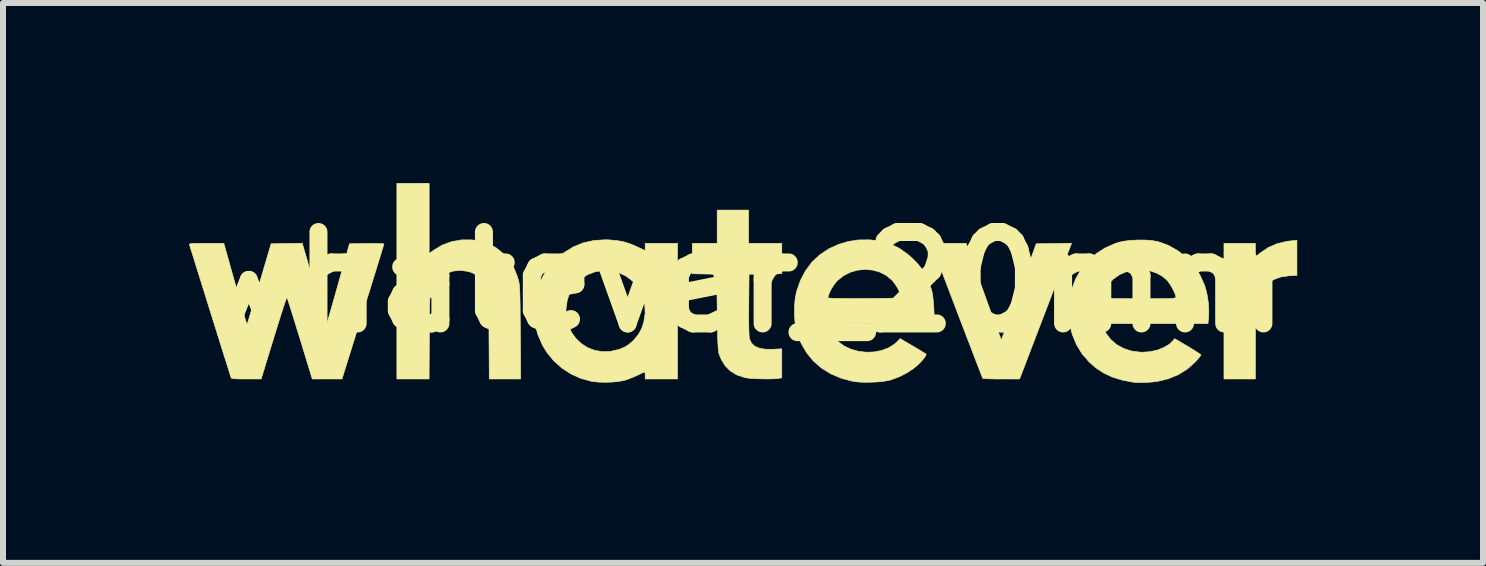
<source format=kicad_pcb>
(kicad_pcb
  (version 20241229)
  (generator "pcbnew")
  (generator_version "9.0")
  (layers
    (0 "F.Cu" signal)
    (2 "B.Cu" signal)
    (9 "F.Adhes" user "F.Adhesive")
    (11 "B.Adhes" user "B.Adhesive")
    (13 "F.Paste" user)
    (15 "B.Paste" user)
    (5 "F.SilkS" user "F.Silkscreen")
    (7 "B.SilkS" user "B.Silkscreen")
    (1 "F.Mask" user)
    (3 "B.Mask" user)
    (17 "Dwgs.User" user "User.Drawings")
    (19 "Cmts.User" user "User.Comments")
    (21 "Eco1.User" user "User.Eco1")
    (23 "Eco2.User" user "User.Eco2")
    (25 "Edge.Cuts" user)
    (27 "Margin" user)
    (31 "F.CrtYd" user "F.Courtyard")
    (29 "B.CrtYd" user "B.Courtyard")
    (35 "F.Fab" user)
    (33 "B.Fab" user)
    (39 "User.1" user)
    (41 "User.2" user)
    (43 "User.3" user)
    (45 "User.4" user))
  (footprint "whatever_20mm"
    (layer "F.Cu")
    (at 9.333 1.651)
    (property "Reference" "whatever_20mm" (at 0 0 0) (layer "F.SilkS") (effects (font (size 1.524 1.524) (thickness 0.3))))
    (attr through_hole)
    (fp_poly (pts (xy 9.231 -0.111) (xy 9.096 -0.105) (xy 8.959 -0.085) (xy 8.839 -0.04) (xy 8.738 0.03) (xy 8.656 0.122) (xy 8.596 0.236) (xy 8.558 0.37) (xy 8.554 0.388) (xy 8.551 0.426) (xy 8.547 0.49) (xy 8.544 0.577) (xy 8.542 0.681) (xy 8.54 0.8) (xy 8.539 0.929) (xy 8.539 1.05) (xy 8.538 1.615) (xy 8.015 1.615) (xy 8.015 -0.646) (xy 8.538 -0.646) (xy 8.538 -0.538) (xy 8.54 -0.485) (xy 8.543 -0.447) (xy 8.547 -0.431) (xy 8.547 -0.431) (xy 8.563 -0.44) (xy 8.594 -0.463) (xy 8.628 -0.491) (xy 8.757 -0.578) (xy 8.904 -0.641) (xy 9.068 -0.679) (xy 9.123 -0.686) (xy 9.231 -0.696) (xy 9.231 -0.111)) (stroke (width 0.01) (type solid)) (fill yes) (layer "F.SilkS"))
    (fp_poly (pts (xy 0.092 -0.646) (xy 0.646 -0.646) (xy 0.646 -0.139) (xy 0.373 -0.135) (xy 0.1 -0.131) (xy 0.096 0.377) (xy 0.095 0.541) (xy 0.095 0.676) (xy 0.097 0.783) (xy 0.1 0.864) (xy 0.104 0.92) (xy 0.109 0.95) (xy 0.141 1.018) (xy 0.195 1.069) (xy 0.272 1.102) (xy 0.373 1.119) (xy 0.5 1.12) (xy 0.51 1.119) (xy 0.646 1.112) (xy 0.646 1.596) (xy 0.588 1.606) (xy 0.532 1.611) (xy 0.455 1.614) (xy 0.365 1.614) (xy 0.27 1.612) (xy 0.179 1.608) (xy 0.1 1.602) (xy 0.04 1.594) (xy 0.027 1.591) (xy -0.103 1.547) (xy -0.211 1.482) (xy -0.298 1.394) (xy -0.365 1.284) (xy -0.397 1.204) (xy -0.404 1.181) (xy -0.409 1.15) (xy -0.413 1.109) (xy -0.417 1.055) (xy -0.421 0.984) (xy -0.423 0.894) (xy -0.426 0.782) (xy -0.428 0.645) (xy -0.43 0.5) (xy -0.438 -0.131) (xy -0.846 -0.139) (xy -0.846 -0.646) (xy -0.431 -0.646) (xy -0.431 -1.2) (xy 0.092 -1.2) (xy 0.092 -0.646)) (stroke (width 0.01) (type solid)) (fill yes) (layer "F.SilkS"))
    (fp_poly (pts (xy -5.231 -0.477) (xy -5.156 -0.531) (xy -5.011 -0.617) (xy -4.855 -0.674) (xy -4.69 -0.703) (xy -4.519 -0.703) (xy -4.392 -0.684) (xy -4.244 -0.639) (xy -4.112 -0.569) (xy -3.994 -0.472) (xy -3.984 -0.463) (xy -3.893 -0.356) (xy -3.821 -0.239) (xy -3.765 -0.103) (xy -3.752 -0.061) (xy -3.744 -0.035) (xy -3.737 -0.009) (xy -3.732 0.019) (xy -3.727 0.052) (xy -3.724 0.093) (xy -3.721 0.145) (xy -3.719 0.21) (xy -3.717 0.292) (xy -3.715 0.393) (xy -3.714 0.516) (xy -3.713 0.664) (xy -3.711 0.835) (xy -3.706 1.615) (xy -4.229 1.615) (xy -4.238 0.158) (xy -4.292 0.053) (xy -4.353 -0.041) (xy -4.428 -0.11) (xy -4.522 -0.159) (xy -4.585 -0.178) (xy -4.709 -0.195) (xy -4.828 -0.184) (xy -4.939 -0.146) (xy -5.037 -0.084) (xy -5.119 0.001) (xy -5.181 0.105) (xy -5.188 0.121) (xy -5.196 0.142) (xy -5.203 0.163) (xy -5.209 0.186) (xy -5.213 0.215) (xy -5.217 0.253) (xy -5.22 0.302) (xy -5.222 0.366) (xy -5.224 0.447) (xy -5.225 0.548) (xy -5.226 0.673) (xy -5.227 0.824) (xy -5.228 0.912) (xy -5.232 1.615) (xy -5.769 1.615) (xy -5.769 -1.646) (xy -5.231 -1.646) (xy -5.231 -0.477)) (stroke (width 0.01) (type solid)) (fill yes) (layer "F.SilkS"))
    (fp_poly (pts (xy 5.376 -0.389) (xy 5.352 -0.326) (xy 5.318 -0.239) (xy 5.276 -0.129) (xy 5.228 -0.002) (xy 5.173 0.14) (xy 5.115 0.293) (xy 5.054 0.453) (xy 4.991 0.618) (xy 4.943 0.742) (xy 4.609 1.615) (xy 4.306 1.615) (xy 4.212 1.615) (xy 4.13 1.613) (xy 4.063 1.611) (xy 4.016 1.608) (xy 3.995 1.604) (xy 3.995 1.604) (xy 3.988 1.588) (xy 3.972 1.546) (xy 3.946 1.48) (xy 3.913 1.394) (xy 3.873 1.29) (xy 3.827 1.171) (xy 3.777 1.039) (xy 3.722 0.897) (xy 3.665 0.748) (xy 3.606 0.594) (xy 3.547 0.439) (xy 3.488 0.284) (xy 3.43 0.133) (xy 3.375 -0.013) (xy 3.323 -0.149) (xy 3.275 -0.274) (xy 3.233 -0.385) (xy 3.198 -0.479) (xy 3.169 -0.554) (xy 3.15 -0.607) (xy 3.14 -0.634) (xy 3.138 -0.638) (xy 3.153 -0.641) (xy 3.194 -0.643) (xy 3.256 -0.645) (xy 3.334 -0.646) (xy 3.424 -0.646) (xy 3.428 -0.646) (xy 3.718 -0.646) (xy 4.008 0.161) (xy 4.062 0.31) (xy 4.113 0.451) (xy 4.16 0.579) (xy 4.203 0.694) (xy 4.239 0.791) (xy 4.268 0.869) (xy 4.289 0.925) (xy 4.302 0.956) (xy 4.305 0.961) (xy 4.312 0.946) (xy 4.327 0.905) (xy 4.351 0.839) (xy 4.383 0.753) (xy 4.421 0.648) (xy 4.465 0.528) (xy 4.513 0.395) (xy 4.566 0.251) (xy 4.599 0.158) (xy 4.886 -0.638) (xy 5.18 -0.643) (xy 5.475 -0.647) (xy 5.376 -0.389)) (stroke (width 0.01) (type solid)) (fill yes) (layer "F.SilkS"))
    (fp_poly (pts (xy -2.231 -0.703) (xy -2.101 -0.692) (xy -1.989 -0.671) (xy -1.882 -0.638) (xy -1.768 -0.59) (xy -1.758 -0.585) (xy -1.631 -0.524) (xy -1.631 -0.646) (xy -1.092 -0.646) (xy -1.092 1.615) (xy -1.631 1.615) (xy -1.631 1.553) (xy -1.633 1.515) (xy -1.639 1.496) (xy -1.642 1.496) (xy -1.743 1.545) (xy -1.839 1.588) (xy -1.924 1.621) (xy -1.977 1.638) (xy -2.066 1.655) (xy -2.175 1.666) (xy -2.292 1.67) (xy -2.407 1.667) (xy -2.508 1.657) (xy -2.529 1.653) (xy -2.704 1.605) (xy -2.87 1.53) (xy -3.022 1.43) (xy -3.157 1.309) (xy -3.271 1.169) (xy -3.343 1.05) (xy -3.42 0.873) (xy -3.467 0.698) (xy -3.485 0.518) (xy -3.481 0.456) (xy -2.951 0.456) (xy -2.944 0.594) (xy -2.913 0.722) (xy -2.859 0.838) (xy -2.785 0.94) (xy -2.695 1.026) (xy -2.589 1.093) (xy -2.472 1.138) (xy -2.344 1.16) (xy -2.21 1.156) (xy -2.07 1.123) (xy -2.065 1.122) (xy -1.976 1.085) (xy -1.904 1.041) (xy -1.835 0.981) (xy -1.811 0.956) (xy -1.739 0.866) (xy -1.687 0.769) (xy -1.654 0.666) (xy -1.631 0.523) (xy -1.637 0.381) (xy -1.671 0.245) (xy -1.731 0.12) (xy -1.816 0.008) (xy -1.845 -0.021) (xy -1.954 -0.102) (xy -2.074 -0.158) (xy -2.202 -0.188) (xy -2.333 -0.193) (xy -2.462 -0.173) (xy -2.585 -0.127) (xy -2.698 -0.057) (xy -2.765 0.005) (xy -2.838 0.092) (xy -2.888 0.181) (xy -2.924 0.284) (xy -2.931 0.311) (xy -2.951 0.456) (xy -3.481 0.456) (xy -3.476 0.348) (xy -3.442 0.161) (xy -3.381 -0.01) (xy -3.294 -0.167) (xy -3.179 -0.313) (xy -3.132 -0.362) (xy -2.986 -0.488) (xy -2.83 -0.585) (xy -2.665 -0.653) (xy -2.487 -0.693) (xy -2.297 -0.705) (xy -2.231 -0.703)) (stroke (width 0.01) (type solid)) (fill yes) (layer "F.SilkS"))
    (fp_poly (pts (xy 6.71 -0.7) (xy 6.82 -0.691) (xy 6.911 -0.675) (xy 6.92 -0.673) (xy 7.092 -0.61) (xy 7.249 -0.521) (xy 7.39 -0.409) (xy 7.512 -0.276) (xy 7.612 -0.124) (xy 7.688 0.044) (xy 7.706 0.098) (xy 7.734 0.21) (xy 7.753 0.336) (xy 7.762 0.462) (xy 7.76 0.574) (xy 7.759 0.584) (xy 7.749 0.692) (xy 5.983 0.692) (xy 5.993 0.727) (xy 6.046 0.849) (xy 6.124 0.953) (xy 6.222 1.04) (xy 6.34 1.105) (xy 6.473 1.149) (xy 6.62 1.168) (xy 6.662 1.169) (xy 6.785 1.16) (xy 6.905 1.133) (xy 7.013 1.09) (xy 7.104 1.036) (xy 7.16 0.983) (xy 7.194 0.943) (xy 7.413 1.072) (xy 7.485 1.116) (xy 7.548 1.155) (xy 7.596 1.187) (xy 7.624 1.208) (xy 7.631 1.215) (xy 7.621 1.232) (xy 7.594 1.265) (xy 7.556 1.309) (xy 7.537 1.33) (xy 7.406 1.448) (xy 7.255 1.542) (xy 7.087 1.611) (xy 6.916 1.653) (xy 6.826 1.665) (xy 6.726 1.672) (xy 6.625 1.675) (xy 6.537 1.672) (xy 6.492 1.667) (xy 6.31 1.631) (xy 6.15 1.581) (xy 6.009 1.515) (xy 5.881 1.43) (xy 5.772 1.335) (xy 5.651 1.196) (xy 5.556 1.041) (xy 5.486 0.87) (xy 5.453 0.739) (xy 5.437 0.622) (xy 5.433 0.488) (xy 5.439 0.35) (xy 5.451 0.25) (xy 5.993 0.25) (xy 5.994 0.265) (xy 6.011 0.267) (xy 6.055 0.27) (xy 6.123 0.272) (xy 6.212 0.274) (xy 6.318 0.275) (xy 6.438 0.276) (xy 6.569 0.277) (xy 6.609 0.277) (xy 6.761 0.277) (xy 6.886 0.277) (xy 6.986 0.276) (xy 7.063 0.275) (xy 7.121 0.273) (xy 7.162 0.271) (xy 7.189 0.267) (xy 7.205 0.263) (xy 7.213 0.258) (xy 7.215 0.251) (xy 7.215 0.25) (xy 7.207 0.213) (xy 7.185 0.16) (xy 7.154 0.099) (xy 7.118 0.039) (xy 7.081 -0.013) (xy 7.07 -0.026) (xy 6.993 -0.095) (xy 6.894 -0.149) (xy 6.782 -0.188) (xy 6.664 -0.208) (xy 6.548 -0.207) (xy 6.548 -0.207) (xy 6.402 -0.178) (xy 6.275 -0.125) (xy 6.169 -0.049) (xy 6.112 0.011) (xy 6.082 0.053) (xy 6.052 0.106) (xy 6.024 0.162) (xy 6.004 0.212) (xy 5.993 0.25) (xy 5.451 0.25) (xy 5.455 0.219) (xy 5.477 0.123) (xy 5.542 -0.051) (xy 5.633 -0.21) (xy 5.748 -0.351) (xy 5.883 -0.472) (xy 6.037 -0.57) (xy 6.208 -0.645) (xy 6.269 -0.664) (xy 6.361 -0.683) (xy 6.471 -0.696) (xy 6.591 -0.701) (xy 6.71 -0.7)) (stroke (width 0.01) (type solid)) (fill yes) (layer "F.SilkS"))
    (fp_poly (pts (xy -7.148 0.031) (xy -7.107 0.169) (xy -7.069 0.297) (xy -7.034 0.412) (xy -7.003 0.512) (xy -6.977 0.593) (xy -6.958 0.654) (xy -6.945 0.69) (xy -6.94 0.699) (xy -6.934 0.683) (xy -6.921 0.64) (xy -6.901 0.574) (xy -6.876 0.487) (xy -6.846 0.382) (xy -6.812 0.263) (xy -6.775 0.132) (xy -6.745 0.026) (xy -6.559 -0.638) (xy -6.272 -0.643) (xy -6.182 -0.643) (xy -6.103 -0.643) (xy -6.041 -0.641) (xy -6 -0.639) (xy -5.984 -0.635) (xy -5.984 -0.635) (xy -5.989 -0.619) (xy -6.002 -0.575) (xy -6.023 -0.507) (xy -6.05 -0.417) (xy -6.085 -0.306) (xy -6.124 -0.177) (xy -6.169 -0.033) (xy -6.218 0.125) (xy -6.271 0.294) (xy -6.327 0.472) (xy -6.334 0.496) (xy -6.684 1.615) (xy -7.179 1.615) (xy -7.384 0.942) (xy -7.427 0.804) (xy -7.467 0.675) (xy -7.503 0.558) (xy -7.535 0.456) (xy -7.562 0.372) (xy -7.582 0.308) (xy -7.595 0.269) (xy -7.6 0.257) (xy -7.607 0.268) (xy -7.621 0.306) (xy -7.643 0.367) (xy -7.669 0.448) (xy -7.701 0.545) (xy -7.736 0.657) (xy -7.774 0.779) (xy -7.777 0.788) (xy -7.817 0.918) (xy -7.856 1.046) (xy -7.893 1.166) (xy -7.926 1.273) (xy -7.954 1.364) (xy -7.975 1.434) (xy -7.987 1.473) (xy -8.032 1.615) (xy -8.278 1.615) (xy -8.377 1.615) (xy -8.449 1.612) (xy -8.497 1.609) (xy -8.523 1.603) (xy -8.531 1.596) (xy -8.536 1.58) (xy -8.55 1.537) (xy -8.571 1.47) (xy -8.598 1.382) (xy -8.632 1.276) (xy -8.67 1.155) (xy -8.712 1.021) (xy -8.757 0.877) (xy -8.804 0.726) (xy -8.853 0.571) (xy -8.902 0.414) (xy -8.95 0.258) (xy -8.998 0.106) (xy -9.043 -0.038) (xy -9.085 -0.174) (xy -9.124 -0.296) (xy -9.157 -0.404) (xy -9.185 -0.494) (xy -9.207 -0.563) (xy -9.221 -0.608) (xy -9.225 -0.619) (xy -9.225 -0.629) (xy -9.219 -0.636) (xy -9.201 -0.64) (xy -9.168 -0.643) (xy -9.116 -0.645) (xy -9.041 -0.646) (xy -8.943 -0.646) (xy -8.653 -0.646) (xy -8.563 -0.327) (xy -8.507 -0.124) (xy -8.457 0.051) (xy -8.415 0.2) (xy -8.38 0.326) (xy -8.351 0.429) (xy -8.327 0.513) (xy -8.307 0.578) (xy -8.293 0.627) (xy -8.282 0.662) (xy -8.274 0.685) (xy -8.269 0.697) (xy -8.265 0.701) (xy -8.265 0.701) (xy -8.259 0.685) (xy -8.245 0.642) (xy -8.225 0.576) (xy -8.199 0.49) (xy -8.167 0.385) (xy -8.132 0.267) (xy -8.093 0.136) (xy -8.061 0.027) (xy -7.865 -0.638) (xy -7.606 -0.643) (xy -7.346 -0.647) (xy -7.148 0.031)) (stroke (width 0.01) (type solid)) (fill yes) (layer "F.SilkS"))
    (fp_poly (pts (xy 2.112 -0.704) (xy 2.291 -0.682) (xy 2.455 -0.635) (xy 2.606 -0.562) (xy 2.748 -0.461) (xy 2.847 -0.371) (xy 2.912 -0.303) (xy 2.96 -0.244) (xy 3 -0.186) (xy 3.038 -0.117) (xy 3.05 -0.092) (xy 3.083 -0.019) (xy 3.115 0.055) (xy 3.138 0.12) (xy 3.146 0.146) (xy 3.157 0.199) (xy 3.166 0.27) (xy 3.174 0.353) (xy 3.18 0.439) (xy 3.184 0.521) (xy 3.184 0.591) (xy 3.181 0.64) (xy 3.179 0.652) (xy 3.169 0.692) (xy 2.292 0.692) (xy 2.101 0.692) (xy 1.939 0.693) (xy 1.803 0.693) (xy 1.692 0.694) (xy 1.603 0.696) (xy 1.534 0.698) (xy 1.483 0.7) (xy 1.448 0.703) (xy 1.426 0.706) (xy 1.417 0.71) (xy 1.415 0.713) (xy 1.425 0.751) (xy 1.45 0.804) (xy 1.485 0.864) (xy 1.527 0.924) (xy 1.569 0.975) (xy 1.585 0.992) (xy 1.684 1.065) (xy 1.799 1.119) (xy 1.925 1.154) (xy 2.056 1.169) (xy 2.187 1.164) (xy 2.313 1.139) (xy 2.428 1.095) (xy 2.528 1.031) (xy 2.567 0.995) (xy 2.618 0.942) (xy 2.828 1.065) (xy 2.901 1.108) (xy 2.964 1.146) (xy 3.013 1.176) (xy 3.043 1.195) (xy 3.05 1.199) (xy 3.049 1.217) (xy 3.029 1.25) (xy 2.995 1.294) (xy 2.951 1.342) (xy 2.9 1.391) (xy 2.849 1.434) (xy 2.842 1.44) (xy 2.728 1.515) (xy 2.6 1.579) (xy 2.471 1.627) (xy 2.428 1.639) (xy 2.346 1.653) (xy 2.243 1.664) (xy 2.131 1.669) (xy 2.019 1.67) (xy 1.917 1.665) (xy 1.836 1.655) (xy 1.641 1.604) (xy 1.464 1.53) (xy 1.307 1.432) (xy 1.171 1.314) (xy 1.057 1.174) (xy 0.966 1.015) (xy 0.899 0.837) (xy 0.891 0.807) (xy 0.869 0.693) (xy 0.858 0.562) (xy 0.857 0.424) (xy 0.867 0.291) (xy 0.872 0.262) (xy 1.415 0.262) (xy 1.431 0.266) (xy 1.475 0.269) (xy 1.549 0.272) (xy 1.649 0.273) (xy 1.776 0.274) (xy 1.927 0.274) (xy 2.027 0.273) (xy 2.18 0.272) (xy 2.305 0.271) (xy 2.405 0.27) (xy 2.483 0.269) (xy 2.541 0.267) (xy 2.582 0.264) (xy 2.609 0.261) (xy 2.625 0.256) (xy 2.632 0.251) (xy 2.634 0.244) (xy 2.633 0.238) (xy 2.615 0.178) (xy 2.58 0.106) (xy 2.535 0.034) (xy 2.485 -0.029) (xy 2.484 -0.03) (xy 2.389 -0.11) (xy 2.279 -0.167) (xy 2.159 -0.2) (xy 2.033 -0.211) (xy 1.906 -0.198) (xy 1.784 -0.163) (xy 1.672 -0.105) (xy 1.573 -0.025) (xy 1.559 -0.01) (xy 1.515 0.046) (xy 1.474 0.11) (xy 1.441 0.175) (xy 1.42 0.232) (xy 1.415 0.262) (xy 0.872 0.262) (xy 0.888 0.175) (xy 0.891 0.162) (xy 0.955 -0.023) (xy 1.041 -0.188) (xy 1.149 -0.332) (xy 1.279 -0.454) (xy 1.429 -0.554) (xy 1.585 -0.625) (xy 1.751 -0.676) (xy 1.919 -0.702) (xy 2.097 -0.704) (xy 2.112 -0.704)) (stroke (width 0.01) (type solid)) (fill yes) (layer "F.SilkS")))
  (gr_rect
    (start -3 -3)
    (end 21.665 6.331)
    (stroke (width 0.1) (type default))
    (fill no)
    (layer "Edge.Cuts")))
</source>
